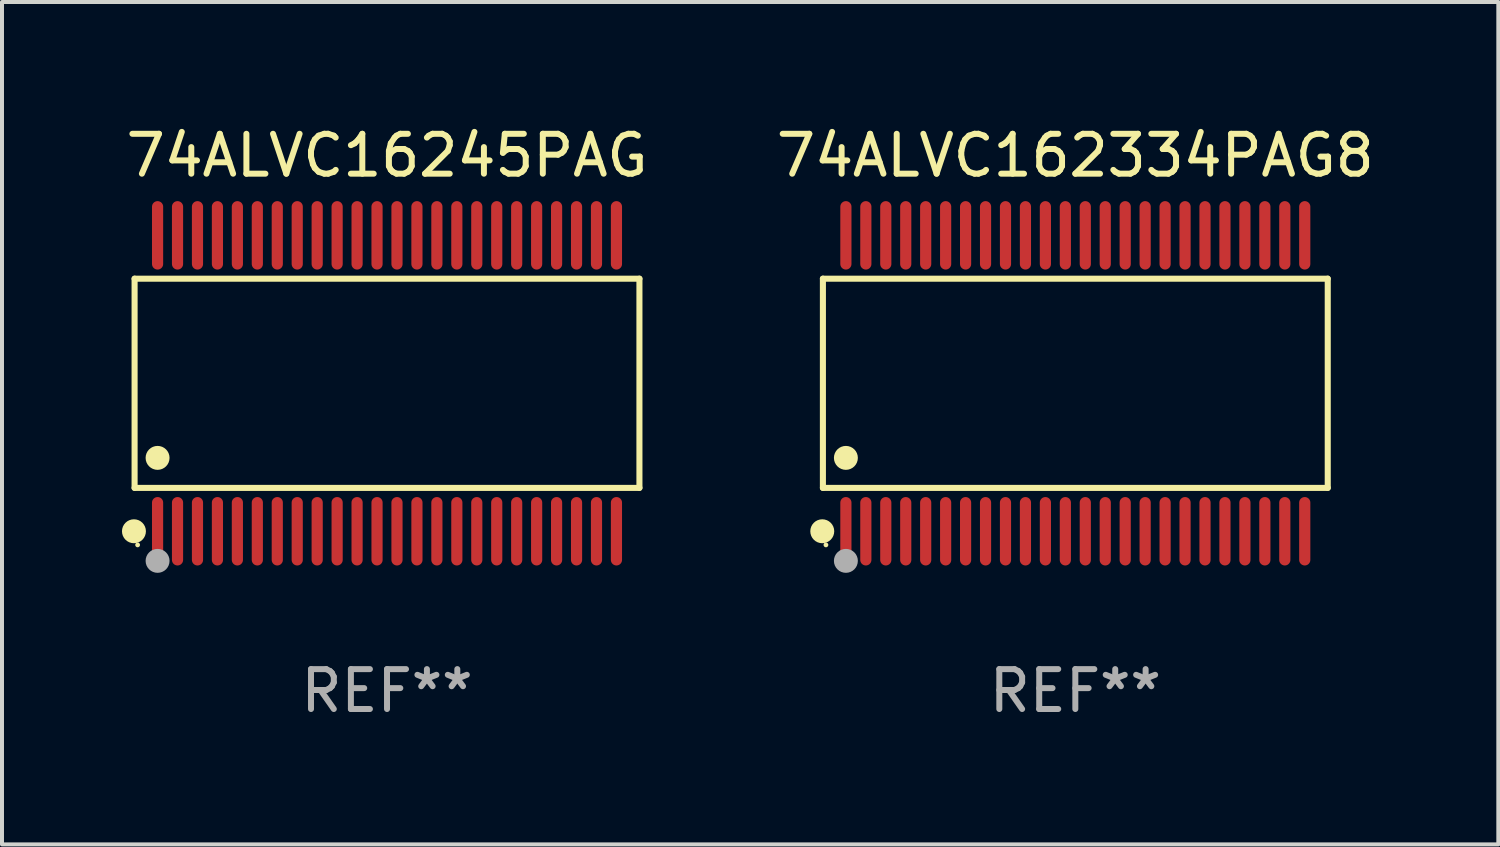
<source format=kicad_pcb>
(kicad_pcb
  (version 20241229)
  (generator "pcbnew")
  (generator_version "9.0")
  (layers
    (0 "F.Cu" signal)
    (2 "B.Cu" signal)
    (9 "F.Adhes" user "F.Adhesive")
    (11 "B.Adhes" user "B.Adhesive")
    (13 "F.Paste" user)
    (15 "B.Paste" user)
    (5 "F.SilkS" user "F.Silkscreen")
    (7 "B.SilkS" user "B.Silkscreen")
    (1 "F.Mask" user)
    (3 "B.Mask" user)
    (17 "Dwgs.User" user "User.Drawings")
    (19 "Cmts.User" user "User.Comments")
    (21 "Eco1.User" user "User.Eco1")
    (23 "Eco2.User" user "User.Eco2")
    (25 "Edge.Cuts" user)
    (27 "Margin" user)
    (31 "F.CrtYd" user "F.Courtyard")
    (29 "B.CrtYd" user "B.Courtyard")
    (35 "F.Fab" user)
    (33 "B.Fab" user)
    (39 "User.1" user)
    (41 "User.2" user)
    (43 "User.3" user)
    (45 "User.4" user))
  (footprint "74ALVC162334PAG8"
    (layer "F.Cu")
    (at 23.899 6.556)
    (property "Reference" "74ALVC162334PAG8" (at 0 -5.708 0) (layer "F.SilkS") (effects (font (size 1 1) (thickness 0.15))))
    (attr through_hole)
    (fp_line (start -6.326 -2.622) (end 6.326 -2.622) (stroke (width 0.152) (type solid)) (layer "F.SilkS"))
    (fp_line (start -6.326 2.621) (end -6.326 -2.622) (stroke (width 0.152) (type solid)) (layer "F.SilkS"))
    (fp_line (start 6.326 -2.622) (end 6.326 2.621) (stroke (width 0.152) (type solid)) (layer "F.SilkS"))
    (fp_line (start 6.326 2.621) (end -6.326 2.621) (stroke (width 0.152) (type solid)) (layer "F.SilkS"))
    (fp_circle (center -6.342 3.708) (end -6.192 3.708) (stroke (width 0.3) (type solid)) (fill no) (layer "F.SilkS"))
    (fp_circle (center -6.25 4.05) (end -6.22 4.05) (stroke (width 0.06) (type solid)) (fill no) (layer "F.SilkS"))
    (fp_circle (center -5.75 1.869) (end -5.6 1.869) (stroke (width 0.3) (type solid)) (fill no) (layer "F.SilkS"))
    (fp_circle (center -5.75 4.45) (end -5.6 4.45) (stroke (width 0.3) (type solid)) (fill no) (layer "F.Fab"))
    (fp_text user "REF**" (at 0 7.708 0) (layer "F.Fab") (effects (font (size 1 1) (thickness 0.15))))
    (pad "1" smd oval (at -5.75 3.708) (size 0.28 1.715) (layers "F.Cu" "F.Mask" "F.Paste"))
    (pad "2" smd oval (at -5.25 3.708) (size 0.28 1.715) (layers "F.Cu" "F.Mask" "F.Paste"))
    (pad "3" smd oval (at -4.75 3.708) (size 0.28 1.715) (layers "F.Cu" "F.Mask" "F.Paste"))
    (pad "4" smd oval (at -4.25 3.708) (size 0.28 1.715) (layers "F.Cu" "F.Mask" "F.Paste"))
    (pad "5" smd oval (at -3.75 3.708) (size 0.28 1.715) (layers "F.Cu" "F.Mask" "F.Paste"))
    (pad "6" smd oval (at -3.25 3.708) (size 0.28 1.715) (layers "F.Cu" "F.Mask" "F.Paste"))
    (pad "7" smd oval (at -2.75 3.708) (size 0.28 1.715) (layers "F.Cu" "F.Mask" "F.Paste"))
    (pad "8" smd oval (at -2.25 3.708) (size 0.28 1.715) (layers "F.Cu" "F.Mask" "F.Paste"))
    (pad "9" smd oval (at -1.75 3.708) (size 0.28 1.715) (layers "F.Cu" "F.Mask" "F.Paste"))
    (pad "10" smd oval (at -1.25 3.708) (size 0.28 1.715) (layers "F.Cu" "F.Mask" "F.Paste"))
    (pad "11" smd oval (at -0.75 3.708) (size 0.28 1.715) (layers "F.Cu" "F.Mask" "F.Paste"))
    (pad "12" smd oval (at -0.25 3.708) (size 0.28 1.715) (layers "F.Cu" "F.Mask" "F.Paste"))
    (pad "13" smd oval (at 0.25 3.708) (size 0.28 1.715) (layers "F.Cu" "F.Mask" "F.Paste"))
    (pad "14" smd oval (at 0.75 3.708) (size 0.28 1.715) (layers "F.Cu" "F.Mask" "F.Paste"))
    (pad "15" smd oval (at 1.25 3.708) (size 0.28 1.715) (layers "F.Cu" "F.Mask" "F.Paste"))
    (pad "16" smd oval (at 1.75 3.708) (size 0.28 1.715) (layers "F.Cu" "F.Mask" "F.Paste"))
    (pad "17" smd oval (at 2.25 3.708) (size 0.28 1.715) (layers "F.Cu" "F.Mask" "F.Paste"))
    (pad "18" smd oval (at 2.75 3.708) (size 0.28 1.715) (layers "F.Cu" "F.Mask" "F.Paste"))
    (pad "19" smd oval (at 3.25 3.708) (size 0.28 1.715) (layers "F.Cu" "F.Mask" "F.Paste"))
    (pad "20" smd oval (at 3.75 3.708) (size 0.28 1.715) (layers "F.Cu" "F.Mask" "F.Paste"))
    (pad "21" smd oval (at 4.25 3.708) (size 0.28 1.715) (layers "F.Cu" "F.Mask" "F.Paste"))
    (pad "22" smd oval (at 4.75 3.708) (size 0.28 1.715) (layers "F.Cu" "F.Mask" "F.Paste"))
    (pad "23" smd oval (at 5.25 3.708) (size 0.28 1.715) (layers "F.Cu" "F.Mask" "F.Paste"))
    (pad "24" smd oval (at 5.75 3.708) (size 0.28 1.715) (layers "F.Cu" "F.Mask" "F.Paste"))
    (pad "25" smd oval (at 5.75 -3.708) (size 0.28 1.715) (layers "F.Cu" "F.Mask" "F.Paste"))
    (pad "26" smd oval (at 5.25 -3.708) (size 0.28 1.715) (layers "F.Cu" "F.Mask" "F.Paste"))
    (pad "27" smd oval (at 4.75 -3.708) (size 0.28 1.715) (layers "F.Cu" "F.Mask" "F.Paste"))
    (pad "28" smd oval (at 4.25 -3.708) (size 0.28 1.715) (layers "F.Cu" "F.Mask" "F.Paste"))
    (pad "29" smd oval (at 3.75 -3.708) (size 0.28 1.715) (layers "F.Cu" "F.Mask" "F.Paste"))
    (pad "30" smd oval (at 3.25 -3.708) (size 0.28 1.715) (layers "F.Cu" "F.Mask" "F.Paste"))
    (pad "31" smd oval (at 2.75 -3.708) (size 0.28 1.715) (layers "F.Cu" "F.Mask" "F.Paste"))
    (pad "32" smd oval (at 2.25 -3.708) (size 0.28 1.715) (layers "F.Cu" "F.Mask" "F.Paste"))
    (pad "33" smd oval (at 1.75 -3.708) (size 0.28 1.715) (layers "F.Cu" "F.Mask" "F.Paste"))
    (pad "34" smd oval (at 1.25 -3.708) (size 0.28 1.715) (layers "F.Cu" "F.Mask" "F.Paste"))
    (pad "35" smd oval (at 0.75 -3.708) (size 0.28 1.715) (layers "F.Cu" "F.Mask" "F.Paste"))
    (pad "36" smd oval (at 0.25 -3.708) (size 0.28 1.715) (layers "F.Cu" "F.Mask" "F.Paste"))
    (pad "37" smd oval (at -0.25 -3.708) (size 0.28 1.715) (layers "F.Cu" "F.Mask" "F.Paste"))
    (pad "38" smd oval (at -0.75 -3.708) (size 0.28 1.715) (layers "F.Cu" "F.Mask" "F.Paste"))
    (pad "39" smd oval (at -1.25 -3.708) (size 0.28 1.715) (layers "F.Cu" "F.Mask" "F.Paste"))
    (pad "40" smd oval (at -1.75 -3.708) (size 0.28 1.715) (layers "F.Cu" "F.Mask" "F.Paste"))
    (pad "41" smd oval (at -2.25 -3.708) (size 0.28 1.715) (layers "F.Cu" "F.Mask" "F.Paste"))
    (pad "42" smd oval (at -2.75 -3.708) (size 0.28 1.715) (layers "F.Cu" "F.Mask" "F.Paste"))
    (pad "43" smd oval (at -3.25 -3.708) (size 0.28 1.715) (layers "F.Cu" "F.Mask" "F.Paste"))
    (pad "44" smd oval (at -3.75 -3.708) (size 0.28 1.715) (layers "F.Cu" "F.Mask" "F.Paste"))
    (pad "45" smd oval (at -4.25 -3.708) (size 0.28 1.715) (layers "F.Cu" "F.Mask" "F.Paste"))
    (pad "46" smd oval (at -4.75 -3.708) (size 0.28 1.715) (layers "F.Cu" "F.Mask" "F.Paste"))
    (pad "47" smd oval (at -5.25 -3.708) (size 0.28 1.715) (layers "F.Cu" "F.Mask" "F.Paste"))
    (pad "48" smd oval (at -5.75 -3.708) (size 0.28 1.715) (layers "F.Cu" "F.Mask" "F.Paste")))
  (footprint "74ALVC16245PAG"
    (layer "F.Cu")
    (at 6.649 6.556)
    (property "Reference" "74ALVC16245PAG" (at 0 -5.708 0) (layer "F.SilkS") (effects (font (size 1 1) (thickness 0.15))))
    (attr through_hole)
    (fp_line (start -6.326 -2.622) (end 6.326 -2.622) (stroke (width 0.152) (type solid)) (layer "F.SilkS"))
    (fp_line (start -6.326 2.621) (end -6.326 -2.622) (stroke (width 0.152) (type solid)) (layer "F.SilkS"))
    (fp_line (start 6.326 -2.622) (end 6.326 2.621) (stroke (width 0.152) (type solid)) (layer "F.SilkS"))
    (fp_line (start 6.326 2.621) (end -6.326 2.621) (stroke (width 0.152) (type solid)) (layer "F.SilkS"))
    (fp_circle (center -6.342 3.708) (end -6.192 3.708) (stroke (width 0.3) (type solid)) (fill no) (layer "F.SilkS"))
    (fp_circle (center -6.25 4.05) (end -6.22 4.05) (stroke (width 0.06) (type solid)) (fill no) (layer "F.SilkS"))
    (fp_circle (center -5.75 1.869) (end -5.6 1.869) (stroke (width 0.3) (type solid)) (fill no) (layer "F.SilkS"))
    (fp_circle (center -5.75 4.45) (end -5.6 4.45) (stroke (width 0.3) (type solid)) (fill no) (layer "F.Fab"))
    (fp_text user "REF**" (at 0 7.708 0) (layer "F.Fab") (effects (font (size 1 1) (thickness 0.15))))
    (pad "1" smd oval (at -5.75 3.708) (size 0.28 1.715) (layers "F.Cu" "F.Mask" "F.Paste"))
    (pad "2" smd oval (at -5.25 3.708) (size 0.28 1.715) (layers "F.Cu" "F.Mask" "F.Paste"))
    (pad "3" smd oval (at -4.75 3.708) (size 0.28 1.715) (layers "F.Cu" "F.Mask" "F.Paste"))
    (pad "4" smd oval (at -4.25 3.708) (size 0.28 1.715) (layers "F.Cu" "F.Mask" "F.Paste"))
    (pad "5" smd oval (at -3.75 3.708) (size 0.28 1.715) (layers "F.Cu" "F.Mask" "F.Paste"))
    (pad "6" smd oval (at -3.25 3.708) (size 0.28 1.715) (layers "F.Cu" "F.Mask" "F.Paste"))
    (pad "7" smd oval (at -2.75 3.708) (size 0.28 1.715) (layers "F.Cu" "F.Mask" "F.Paste"))
    (pad "8" smd oval (at -2.25 3.708) (size 0.28 1.715) (layers "F.Cu" "F.Mask" "F.Paste"))
    (pad "9" smd oval (at -1.75 3.708) (size 0.28 1.715) (layers "F.Cu" "F.Mask" "F.Paste"))
    (pad "10" smd oval (at -1.25 3.708) (size 0.28 1.715) (layers "F.Cu" "F.Mask" "F.Paste"))
    (pad "11" smd oval (at -0.75 3.708) (size 0.28 1.715) (layers "F.Cu" "F.Mask" "F.Paste"))
    (pad "12" smd oval (at -0.25 3.708) (size 0.28 1.715) (layers "F.Cu" "F.Mask" "F.Paste"))
    (pad "13" smd oval (at 0.25 3.708) (size 0.28 1.715) (layers "F.Cu" "F.Mask" "F.Paste"))
    (pad "14" smd oval (at 0.75 3.708) (size 0.28 1.715) (layers "F.Cu" "F.Mask" "F.Paste"))
    (pad "15" smd oval (at 1.25 3.708) (size 0.28 1.715) (layers "F.Cu" "F.Mask" "F.Paste"))
    (pad "16" smd oval (at 1.75 3.708) (size 0.28 1.715) (layers "F.Cu" "F.Mask" "F.Paste"))
    (pad "17" smd oval (at 2.25 3.708) (size 0.28 1.715) (layers "F.Cu" "F.Mask" "F.Paste"))
    (pad "18" smd oval (at 2.75 3.708) (size 0.28 1.715) (layers "F.Cu" "F.Mask" "F.Paste"))
    (pad "19" smd oval (at 3.25 3.708) (size 0.28 1.715) (layers "F.Cu" "F.Mask" "F.Paste"))
    (pad "20" smd oval (at 3.75 3.708) (size 0.28 1.715) (layers "F.Cu" "F.Mask" "F.Paste"))
    (pad "21" smd oval (at 4.25 3.708) (size 0.28 1.715) (layers "F.Cu" "F.Mask" "F.Paste"))
    (pad "22" smd oval (at 4.75 3.708) (size 0.28 1.715) (layers "F.Cu" "F.Mask" "F.Paste"))
    (pad "23" smd oval (at 5.25 3.708) (size 0.28 1.715) (layers "F.Cu" "F.Mask" "F.Paste"))
    (pad "24" smd oval (at 5.75 3.708) (size 0.28 1.715) (layers "F.Cu" "F.Mask" "F.Paste"))
    (pad "25" smd oval (at 5.75 -3.708) (size 0.28 1.715) (layers "F.Cu" "F.Mask" "F.Paste"))
    (pad "26" smd oval (at 5.25 -3.708) (size 0.28 1.715) (layers "F.Cu" "F.Mask" "F.Paste"))
    (pad "27" smd oval (at 4.75 -3.708) (size 0.28 1.715) (layers "F.Cu" "F.Mask" "F.Paste"))
    (pad "28" smd oval (at 4.25 -3.708) (size 0.28 1.715) (layers "F.Cu" "F.Mask" "F.Paste"))
    (pad "29" smd oval (at 3.75 -3.708) (size 0.28 1.715) (layers "F.Cu" "F.Mask" "F.Paste"))
    (pad "30" smd oval (at 3.25 -3.708) (size 0.28 1.715) (layers "F.Cu" "F.Mask" "F.Paste"))
    (pad "31" smd oval (at 2.75 -3.708) (size 0.28 1.715) (layers "F.Cu" "F.Mask" "F.Paste"))
    (pad "32" smd oval (at 2.25 -3.708) (size 0.28 1.715) (layers "F.Cu" "F.Mask" "F.Paste"))
    (pad "33" smd oval (at 1.75 -3.708) (size 0.28 1.715) (layers "F.Cu" "F.Mask" "F.Paste"))
    (pad "34" smd oval (at 1.25 -3.708) (size 0.28 1.715) (layers "F.Cu" "F.Mask" "F.Paste"))
    (pad "35" smd oval (at 0.75 -3.708) (size 0.28 1.715) (layers "F.Cu" "F.Mask" "F.Paste"))
    (pad "36" smd oval (at 0.25 -3.708) (size 0.28 1.715) (layers "F.Cu" "F.Mask" "F.Paste"))
    (pad "37" smd oval (at -0.25 -3.708) (size 0.28 1.715) (layers "F.Cu" "F.Mask" "F.Paste"))
    (pad "38" smd oval (at -0.75 -3.708) (size 0.28 1.715) (layers "F.Cu" "F.Mask" "F.Paste"))
    (pad "39" smd oval (at -1.25 -3.708) (size 0.28 1.715) (layers "F.Cu" "F.Mask" "F.Paste"))
    (pad "40" smd oval (at -1.75 -3.708) (size 0.28 1.715) (layers "F.Cu" "F.Mask" "F.Paste"))
    (pad "41" smd oval (at -2.25 -3.708) (size 0.28 1.715) (layers "F.Cu" "F.Mask" "F.Paste"))
    (pad "42" smd oval (at -2.75 -3.708) (size 0.28 1.715) (layers "F.Cu" "F.Mask" "F.Paste"))
    (pad "43" smd oval (at -3.25 -3.708) (size 0.28 1.715) (layers "F.Cu" "F.Mask" "F.Paste"))
    (pad "44" smd oval (at -3.75 -3.708) (size 0.28 1.715) (layers "F.Cu" "F.Mask" "F.Paste"))
    (pad "45" smd oval (at -4.25 -3.708) (size 0.28 1.715) (layers "F.Cu" "F.Mask" "F.Paste"))
    (pad "46" smd oval (at -4.75 -3.708) (size 0.28 1.715) (layers "F.Cu" "F.Mask" "F.Paste"))
    (pad "47" smd oval (at -5.25 -3.708) (size 0.28 1.715) (layers "F.Cu" "F.Mask" "F.Paste"))
    (pad "48" smd oval (at -5.75 -3.708) (size 0.28 1.715) (layers "F.Cu" "F.Mask" "F.Paste")))
  (gr_rect
    (start -3 -3)
    (end 34.5 18.112)
    (stroke (width 0.1) (type default))
    (fill no)
    (layer "Edge.Cuts")))
</source>
